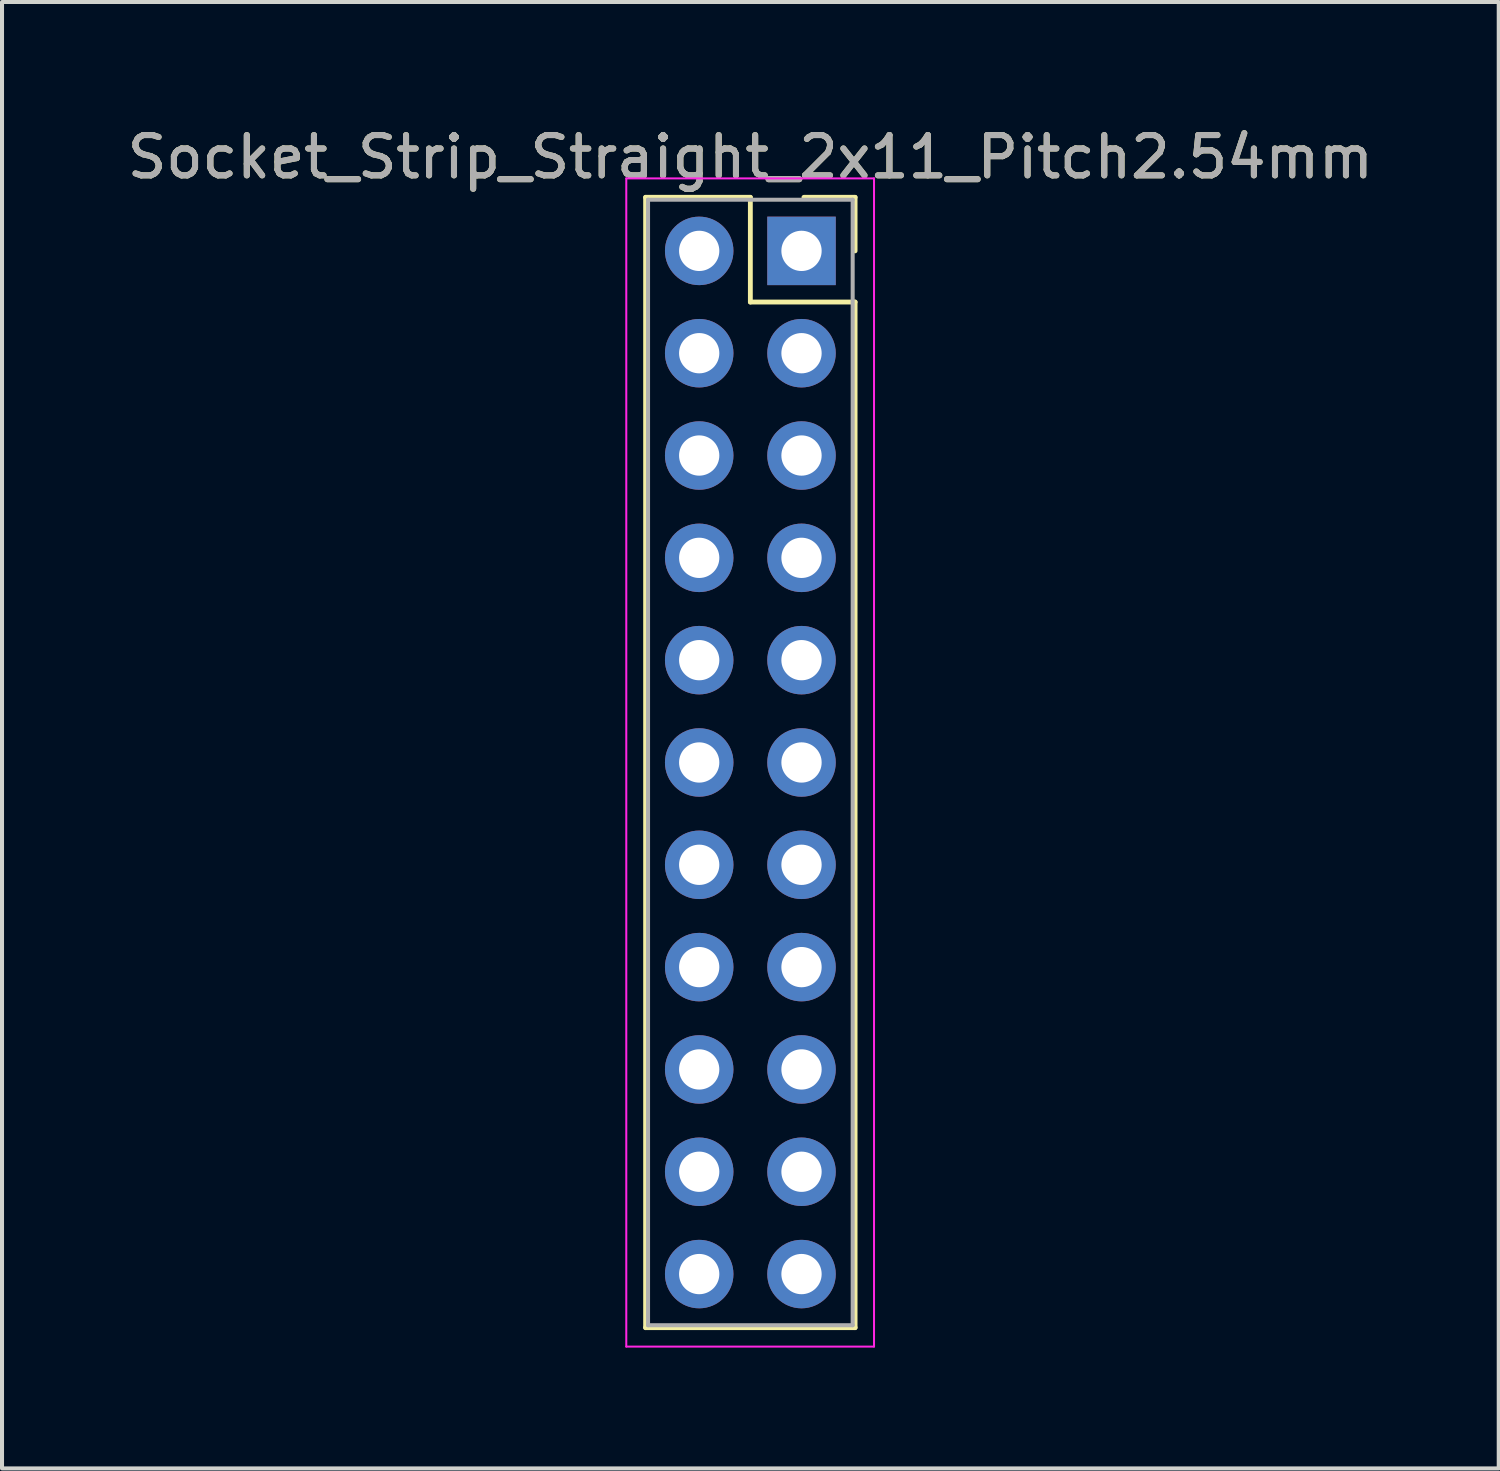
<source format=kicad_pcb>
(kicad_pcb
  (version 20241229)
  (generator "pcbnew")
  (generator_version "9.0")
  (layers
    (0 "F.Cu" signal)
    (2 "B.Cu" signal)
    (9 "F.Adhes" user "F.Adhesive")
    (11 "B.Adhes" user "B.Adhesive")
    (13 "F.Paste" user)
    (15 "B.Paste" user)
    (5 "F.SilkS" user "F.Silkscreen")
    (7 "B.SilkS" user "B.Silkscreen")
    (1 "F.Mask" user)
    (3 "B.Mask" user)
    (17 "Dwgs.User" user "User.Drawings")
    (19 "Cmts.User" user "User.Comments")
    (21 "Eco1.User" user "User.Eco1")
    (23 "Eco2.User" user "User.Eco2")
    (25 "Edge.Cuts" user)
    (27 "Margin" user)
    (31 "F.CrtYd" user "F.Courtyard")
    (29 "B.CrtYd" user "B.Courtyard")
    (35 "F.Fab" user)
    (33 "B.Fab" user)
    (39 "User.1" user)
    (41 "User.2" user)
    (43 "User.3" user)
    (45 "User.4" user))
  (footprint "Socket_Strip_Straight_2x11_Pitch2.54mm"
    (layer "F.Cu")
    (at 16.847 3.178)
    (property "Reference" "Socket_Strip_Straight_2x11_Pitch2.54mm" (at -1.27 -2.33 0) (layer "F.SilkS") (effects (font (size 1 1) (thickness 0.15))))
    (attr through_hole)
    (fp_line (start -3.87 -1.33) (end -1.27 -1.33) (stroke (width 0.12) (type solid)) (layer "F.SilkS"))
    (fp_line (start -3.87 26.73) (end -3.87 -1.33) (stroke (width 0.12) (type solid)) (layer "F.SilkS"))
    (fp_line (start -1.27 -1.33) (end -1.27 1.27) (stroke (width 0.12) (type solid)) (layer "F.SilkS"))
    (fp_line (start -1.27 1.27) (end 1.33 1.27) (stroke (width 0.12) (type solid)) (layer "F.SilkS"))
    (fp_line (start 1.33 -1.33) (end 0.06 -1.33) (stroke (width 0.12) (type solid)) (layer "F.SilkS"))
    (fp_line (start 1.33 0) (end 1.33 -1.33) (stroke (width 0.12) (type solid)) (layer "F.SilkS"))
    (fp_line (start 1.33 1.27) (end 1.33 26.73) (stroke (width 0.12) (type solid)) (layer "F.SilkS"))
    (fp_line (start 1.33 26.73) (end -3.87 26.73) (stroke (width 0.12) (type solid)) (layer "F.SilkS"))
    (fp_line (start -4.35 -1.8) (end -4.35 27.2) (stroke (width 0.05) (type solid)) (layer "F.CrtYd"))
    (fp_line (start -4.35 27.2) (end 1.8 27.2) (stroke (width 0.05) (type solid)) (layer "F.CrtYd"))
    (fp_line (start 1.8 -1.8) (end -4.35 -1.8) (stroke (width 0.05) (type solid)) (layer "F.CrtYd"))
    (fp_line (start 1.8 27.2) (end 1.8 -1.8) (stroke (width 0.05) (type solid)) (layer "F.CrtYd"))
    (fp_line (start -3.81 -1.27) (end -3.81 26.67) (stroke (width 0.1) (type solid)) (layer "F.Fab"))
    (fp_line (start -3.81 26.67) (end 1.27 26.67) (stroke (width 0.1) (type solid)) (layer "F.Fab"))
    (fp_line (start 1.27 -1.27) (end -3.81 -1.27) (stroke (width 0.1) (type solid)) (layer "F.Fab"))
    (fp_line (start 1.27 26.67) (end 1.27 -1.27) (stroke (width 0.1) (type solid)) (layer "F.Fab"))
    (fp_text user "${REFERENCE}" (at -1.27 -2.33 0) (layer "F.Fab") (effects (font (size 1 1) (thickness 0.15))))
    (pad "1" thru_hole rect (at 0 0) (size 1.7 1.7) (drill 1) (layers "*.Cu" "*.Mask"))
    (pad "2" thru_hole oval (at -2.54 0) (size 1.7 1.7) (drill 1) (layers "*.Cu" "*.Mask"))
    (pad "3" thru_hole oval (at 0 2.54) (size 1.7 1.7) (drill 1) (layers "*.Cu" "*.Mask"))
    (pad "4" thru_hole oval (at -2.54 2.54) (size 1.7 1.7) (drill 1) (layers "*.Cu" "*.Mask"))
    (pad "5" thru_hole oval (at 0 5.08) (size 1.7 1.7) (drill 1) (layers "*.Cu" "*.Mask"))
    (pad "6" thru_hole oval (at -2.54 5.08) (size 1.7 1.7) (drill 1) (layers "*.Cu" "*.Mask"))
    (pad "7" thru_hole oval (at 0 7.62) (size 1.7 1.7) (drill 1) (layers "*.Cu" "*.Mask"))
    (pad "8" thru_hole oval (at -2.54 7.62) (size 1.7 1.7) (drill 1) (layers "*.Cu" "*.Mask"))
    (pad "9" thru_hole oval (at 0 10.16) (size 1.7 1.7) (drill 1) (layers "*.Cu" "*.Mask"))
    (pad "10" thru_hole oval (at -2.54 10.16) (size 1.7 1.7) (drill 1) (layers "*.Cu" "*.Mask"))
    (pad "11" thru_hole oval (at 0 12.7) (size 1.7 1.7) (drill 1) (layers "*.Cu" "*.Mask"))
    (pad "12" thru_hole oval (at -2.54 12.7) (size 1.7 1.7) (drill 1) (layers "*.Cu" "*.Mask"))
    (pad "13" thru_hole oval (at 0 15.24) (size 1.7 1.7) (drill 1) (layers "*.Cu" "*.Mask"))
    (pad "14" thru_hole oval (at -2.54 15.24) (size 1.7 1.7) (drill 1) (layers "*.Cu" "*.Mask"))
    (pad "15" thru_hole oval (at 0 17.78) (size 1.7 1.7) (drill 1) (layers "*.Cu" "*.Mask"))
    (pad "16" thru_hole oval (at -2.54 17.78) (size 1.7 1.7) (drill 1) (layers "*.Cu" "*.Mask"))
    (pad "17" thru_hole oval (at 0 20.32) (size 1.7 1.7) (drill 1) (layers "*.Cu" "*.Mask"))
    (pad "18" thru_hole oval (at -2.54 20.32) (size 1.7 1.7) (drill 1) (layers "*.Cu" "*.Mask"))
    (pad "19" thru_hole oval (at 0 22.86) (size 1.7 1.7) (drill 1) (layers "*.Cu" "*.Mask"))
    (pad "20" thru_hole oval (at -2.54 22.86) (size 1.7 1.7) (drill 1) (layers "*.Cu" "*.Mask"))
    (pad "21" thru_hole oval (at 0 25.4) (size 1.7 1.7) (drill 1) (layers "*.Cu" "*.Mask"))
    (pad "22" thru_hole oval (at -2.54 25.4) (size 1.7 1.7) (drill 1) (layers "*.Cu" "*.Mask")))
  (gr_rect
    (start -3 -3)
    (end 34.155 33.403)
    (stroke (width 0.1) (type default))
    (fill no)
    (layer "Edge.Cuts")))
</source>
